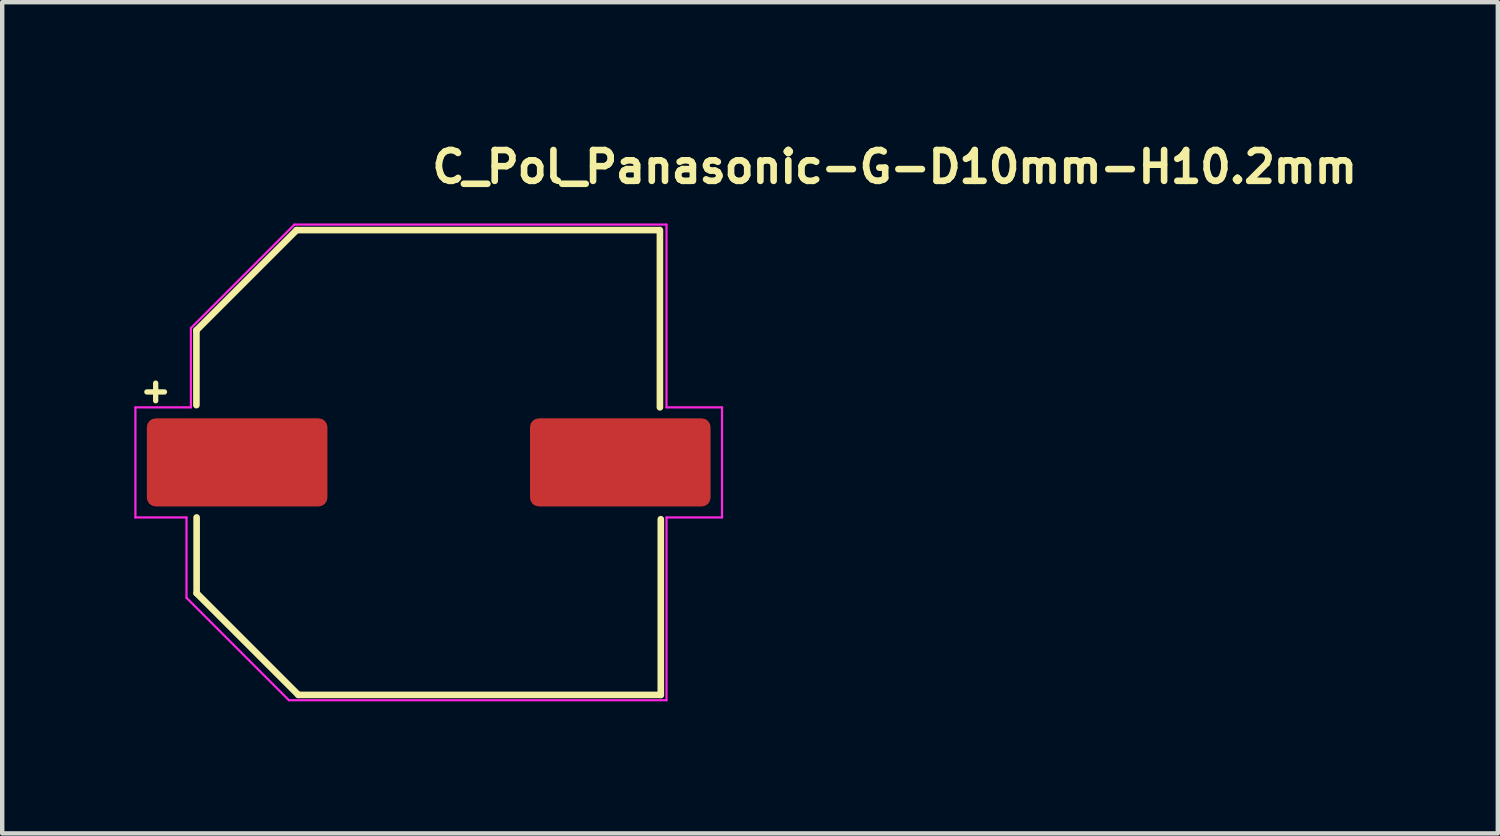
<source format=kicad_pcb>
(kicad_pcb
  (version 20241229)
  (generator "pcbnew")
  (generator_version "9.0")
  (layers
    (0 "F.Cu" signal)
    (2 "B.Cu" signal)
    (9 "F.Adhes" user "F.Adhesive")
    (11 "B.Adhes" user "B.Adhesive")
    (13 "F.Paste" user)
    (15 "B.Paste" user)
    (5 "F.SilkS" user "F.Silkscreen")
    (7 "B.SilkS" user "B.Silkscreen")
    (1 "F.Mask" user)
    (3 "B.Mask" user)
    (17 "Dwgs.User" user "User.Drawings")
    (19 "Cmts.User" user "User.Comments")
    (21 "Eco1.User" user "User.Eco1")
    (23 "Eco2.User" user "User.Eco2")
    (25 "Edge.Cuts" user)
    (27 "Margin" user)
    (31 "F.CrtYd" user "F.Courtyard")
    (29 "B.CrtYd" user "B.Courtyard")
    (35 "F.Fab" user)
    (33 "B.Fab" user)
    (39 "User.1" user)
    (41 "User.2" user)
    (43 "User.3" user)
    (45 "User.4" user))
  (footprint "C_Pol_Panasonic-G-D10mm-H10.2mm"
    (layer "F.Cu")
    (at 6.685 7.45)
    (property "Reference" "C_Pol_Panasonic-G-D10mm-H10.2mm" (at 0 -6.3 0) (layer "F.SilkS") (effects (font (size 0.7 0.7) (thickness 0.15)) (justify left bottom)))
    (attr smd)
    (fp_line (start -6.4 -1.6) (end -6 -1.6) (stroke (width 0.12) (type solid)) (layer "F.SilkS"))
    (fp_line (start -6.2 -1.8) (end -6.2 -1.4) (stroke (width 0.12) (type solid)) (layer "F.SilkS"))
    (fp_line (start -5.275 -3) (end -5.275 -1.3) (stroke (width 0.15) (type solid)) (layer "F.SilkS"))
    (fp_line (start -5.27 2.97) (end -5.27 1.25) (stroke (width 0.15) (type solid)) (layer "F.SilkS"))
    (fp_line (start -3 -5.275) (end -5.275 -3) (stroke (width 0.15) (type solid)) (layer "F.SilkS"))
    (fp_line (start -3 -5.275) (end 5.23 -5.275) (stroke (width 0.15) (type solid)) (layer "F.SilkS"))
    (fp_line (start -2.96 5.28) (end -5.27 2.97) (stroke (width 0.15) (type solid)) (layer "F.SilkS"))
    (fp_line (start 5.25 -1.25) (end 5.25 -5.275) (stroke (width 0.15) (type solid)) (layer "F.SilkS"))
    (fp_line (start 5.27 1.29) (end 5.27 5.28) (stroke (width 0.15) (type solid)) (layer "F.SilkS"))
    (fp_line (start 5.27 5.28) (end -2.96 5.28) (stroke (width 0.15) (type solid)) (layer "F.SilkS"))
    (fp_line (start -6.66 -1.25) (end -6.66 1.25) (stroke (width 0.05) (type solid)) (layer "F.CrtYd"))
    (fp_line (start -6.66 1.25) (end -5.5 1.25) (stroke (width 0.05) (type solid)) (layer "F.CrtYd"))
    (fp_line (start -5.5 1.25) (end -5.5 3.075) (stroke (width 0.05) (type solid)) (layer "F.CrtYd"))
    (fp_line (start -5.5 3.075) (end -3.175 5.4) (stroke (width 0.05) (type solid)) (layer "F.CrtYd"))
    (fp_line (start -5.4 -3.05) (end -5.4 -1.25) (stroke (width 0.05) (type solid)) (layer "F.CrtYd"))
    (fp_line (start -5.4 -3.05) (end -3.05 -5.4) (stroke (width 0.05) (type solid)) (layer "F.CrtYd"))
    (fp_line (start -5.4 -1.25) (end -6.66 -1.25) (stroke (width 0.05) (type solid)) (layer "F.CrtYd"))
    (fp_line (start -3.175 5.4) (end 5.4 5.4) (stroke (width 0.05) (type solid)) (layer "F.CrtYd"))
    (fp_line (start -3.05 -5.4) (end 5.4 -5.4) (stroke (width 0.05) (type solid)) (layer "F.CrtYd"))
    (fp_line (start 5.4 -5.4) (end 5.4 -1.25) (stroke (width 0.05) (type solid)) (layer "F.CrtYd"))
    (fp_line (start 5.4 1.25) (end 5.4 5.4) (stroke (width 0.05) (type solid)) (layer "F.CrtYd"))
    (fp_line (start 5.4 1.25) (end 6.66 1.25) (stroke (width 0.05) (type solid)) (layer "F.CrtYd"))
    (fp_line (start 6.66 -1.25) (end 5.4 -1.25) (stroke (width 0.05) (type solid)) (layer "F.CrtYd"))
    (fp_line (start 6.66 1.25) (end 6.66 -1.25) (stroke (width 0.05) (type solid)) (layer "F.CrtYd"))
    (fp_rect (start -5.849 -5.15) (end 5.849 5.15) (stroke (width 0.1) (type solid)) (fill no) (layer "User.5"))
    (fp_line (start -5.849 -0.45) (end -5.849 0.45) (stroke (width 0.02) (type solid)) (layer "User.9"))
    (fp_line (start -5.849 -0.45) (end -5.15 -0.45) (stroke (width 0.02) (type solid)) (layer "User.9"))
    (fp_line (start -5.15 -2.95) (end -2.95 -5.15) (stroke (width 0.02) (type solid)) (layer "User.9"))
    (fp_line (start -5.15 -1.5) (end -5.15 -2.95) (stroke (width 0.02) (type solid)) (layer "User.9"))
    (fp_line (start -5.15 0.45) (end -5.849 0.45) (stroke (width 0.02) (type solid)) (layer "User.9"))
    (fp_line (start -5.15 1.5) (end -5.15 -1.5) (stroke (width 0.02) (type solid)) (layer "User.9"))
    (fp_line (start -5.15 1.5) (end -4.874 1.5) (stroke (width 0.02) (type solid)) (layer "User.9"))
    (fp_line (start -5.15 2.95) (end -5.15 1.5) (stroke (width 0.02) (type solid)) (layer "User.9"))
    (fp_line (start -5 0.004) (end -4.984 0.4) (stroke (width 0.02) (type solid)) (layer "User.9"))
    (fp_line (start -4.984 -0.391) (end -5 0.004) (stroke (width 0.02) (type solid)) (layer "User.9"))
    (fp_line (start -4.984 0.4) (end -4.936 0.795) (stroke (width 0.02) (type solid)) (layer "User.9"))
    (fp_line (start -4.938 -0.784) (end -4.984 -0.391) (stroke (width 0.02) (type solid)) (layer "User.9"))
    (fp_line (start -4.936 0.795) (end -4.857 1.186) (stroke (width 0.02) (type solid)) (layer "User.9"))
    (fp_line (start -4.874 -1.5) (end -5.15 -1.5) (stroke (width 0.02) (type solid)) (layer "User.9"))
    (fp_line (start -4.874 1.5) (end -4.772 1.798) (stroke (width 0.02) (type solid)) (layer "User.9"))
    (fp_line (start -4.86 -1.173) (end -4.938 -0.784) (stroke (width 0.02) (type solid)) (layer "User.9"))
    (fp_line (start -4.857 1.186) (end -4.746 1.573) (stroke (width 0.02) (type solid)) (layer "User.9"))
    (fp_line (start -4.772 -1.798) (end -4.874 -1.5) (stroke (width 0.02) (type solid)) (layer "User.9"))
    (fp_line (start -4.772 1.798) (end -4.653 2.088) (stroke (width 0.02) (type solid)) (layer "User.9"))
    (fp_line (start -4.751 -1.556) (end -4.86 -1.173) (stroke (width 0.02) (type solid)) (layer "User.9"))
    (fp_line (start -4.746 1.573) (end -4.679 1.763) (stroke (width 0.02) (type solid)) (layer "User.9"))
    (fp_line (start -4.679 1.763) (end -4.603 1.951) (stroke (width 0.02) (type solid)) (layer "User.9"))
    (fp_line (start -4.653 -2.088) (end -4.772 -1.798) (stroke (width 0.02) (type solid)) (layer "User.9"))
    (fp_line (start -4.653 2.088) (end -4.516 2.368) (stroke (width 0.02) (type solid)) (layer "User.9"))
    (fp_line (start -4.612 -1.93) (end -4.751 -1.556) (stroke (width 0.02) (type solid)) (layer "User.9"))
    (fp_line (start -4.603 1.951) (end -4.52 2.137) (stroke (width 0.02) (type solid)) (layer "User.9"))
    (fp_line (start -4.52 2.137) (end -4.428 2.321) (stroke (width 0.02) (type solid)) (layer "User.9"))
    (fp_line (start -4.516 -2.368) (end -4.653 -2.088) (stroke (width 0.02) (type solid)) (layer "User.9"))
    (fp_line (start -4.516 2.368) (end -4.364 2.638) (stroke (width 0.02) (type solid)) (layer "User.9"))
    (fp_line (start -4.442 -2.294) (end -4.612 -1.93) (stroke (width 0.02) (type solid)) (layer "User.9"))
    (fp_line (start -4.428 2.321) (end -4.328 2.502) (stroke (width 0.02) (type solid)) (layer "User.9"))
    (fp_line (start -4.364 -2.638) (end -4.516 -2.368) (stroke (width 0.02) (type solid)) (layer "User.9"))
    (fp_line (start -4.364 2.638) (end -4.196 2.897) (stroke (width 0.02) (type solid)) (layer "User.9"))
    (fp_line (start -4.346 -2.472) (end -4.442 -2.294) (stroke (width 0.02) (type solid)) (layer "User.9"))
    (fp_line (start -4.328 2.502) (end -4.221 2.679) (stroke (width 0.02) (type solid)) (layer "User.9"))
    (fp_line (start -4.242 -2.646) (end -4.346 -2.472) (stroke (width 0.02) (type solid)) (layer "User.9"))
    (fp_line (start -4.221 2.679) (end -4.221 2.679) (stroke (width 0.02) (type solid)) (layer "User.9"))
    (fp_line (start -4.221 2.679) (end -4.106 2.852) (stroke (width 0.02) (type solid)) (layer "User.9"))
    (fp_line (start -4.196 -2.897) (end -4.364 -2.638) (stroke (width 0.02) (type solid)) (layer "User.9"))
    (fp_line (start -4.196 2.897) (end -4.014 3.146) (stroke (width 0.02) (type solid)) (layer "User.9"))
    (fp_line (start -4.13 -2.817) (end -4.242 -2.646) (stroke (width 0.02) (type solid)) (layer "User.9"))
    (fp_line (start -4.106 2.852) (end -3.985 3.019) (stroke (width 0.02) (type solid)) (layer "User.9"))
    (fp_line (start -4.014 -3.146) (end -4.196 -2.897) (stroke (width 0.02) (type solid)) (layer "User.9"))
    (fp_line (start -4.014 3.146) (end -3.816 3.382) (stroke (width 0.02) (type solid)) (layer "User.9"))
    (fp_line (start -4.011 -2.984) (end -4.13 -2.817) (stroke (width 0.02) (type solid)) (layer "User.9"))
    (fp_line (start -3.985 3.019) (end -3.858 3.18) (stroke (width 0.02) (type solid)) (layer "User.9"))
    (fp_line (start -3.885 -3.147) (end -4.011 -2.984) (stroke (width 0.02) (type solid)) (layer "User.9"))
    (fp_line (start -3.858 3.18) (end -3.725 3.335) (stroke (width 0.02) (type solid)) (layer "User.9"))
    (fp_line (start -3.816 -3.382) (end -4.014 -3.146) (stroke (width 0.02) (type solid)) (layer "User.9"))
    (fp_line (start -3.816 3.382) (end -3.606 3.606) (stroke (width 0.02) (type solid)) (layer "User.9"))
    (fp_line (start -3.751 -3.305) (end -3.885 -3.147) (stroke (width 0.02) (type solid)) (layer "User.9"))
    (fp_line (start -3.751 -3.305) (end -3.751 -3.305) (stroke (width 0.02) (type solid)) (layer "User.9"))
    (fp_line (start -3.725 3.335) (end -3.586 3.483) (stroke (width 0.02) (type solid)) (layer "User.9"))
    (fp_line (start -3.606 -3.606) (end -3.816 -3.382) (stroke (width 0.02) (type solid)) (layer "User.9"))
    (fp_line (start -3.606 3.606) (end -3.382 3.816) (stroke (width 0.02) (type solid)) (layer "User.9"))
    (fp_line (start -3.586 3.483) (end -3.443 3.625) (stroke (width 0.02) (type solid)) (layer "User.9"))
    (fp_line (start -3.465 -3.604) (end -3.751 -3.305) (stroke (width 0.02) (type solid)) (layer "User.9"))
    (fp_line (start -3.443 3.625) (end -3.294 3.761) (stroke (width 0.02) (type solid)) (layer "User.9"))
    (fp_line (start -3.382 -3.816) (end -3.606 -3.606) (stroke (width 0.02) (type solid)) (layer "User.9"))
    (fp_line (start -3.382 3.816) (end -3.146 4.014) (stroke (width 0.02) (type solid)) (layer "User.9"))
    (fp_line (start -3.294 3.761) (end -3.141 3.89) (stroke (width 0.02) (type solid)) (layer "User.9"))
    (fp_line (start -3.158 -3.876) (end -3.465 -3.604) (stroke (width 0.02) (type solid)) (layer "User.9"))
    (fp_line (start -3.146 -4.014) (end -3.382 -3.816) (stroke (width 0.02) (type solid)) (layer "User.9"))
    (fp_line (start -3.146 4.014) (end -2.897 4.196) (stroke (width 0.02) (type solid)) (layer "User.9"))
    (fp_line (start -3.141 3.89) (end -2.983 4.013) (stroke (width 0.02) (type solid)) (layer "User.9"))
    (fp_line (start -2.983 4.013) (end -2.82 4.128) (stroke (width 0.02) (type solid)) (layer "User.9"))
    (fp_line (start -2.95 -5.15) (end -1.5 -5.15) (stroke (width 0.02) (type solid)) (layer "User.9"))
    (fp_line (start -2.95 5.15) (end -5.15 2.95) (stroke (width 0.02) (type solid)) (layer "User.9"))
    (fp_line (start -2.897 -4.196) (end -3.146 -4.014) (stroke (width 0.02) (type solid)) (layer "User.9"))
    (fp_line (start -2.897 4.196) (end -2.638 4.364) (stroke (width 0.02) (type solid)) (layer "User.9"))
    (fp_line (start -2.835 -4.118) (end -3.158 -3.876) (stroke (width 0.02) (type solid)) (layer "User.9"))
    (fp_line (start -2.82 4.128) (end -2.653 4.237) (stroke (width 0.02) (type solid)) (layer "User.9"))
    (fp_line (start -2.653 4.237) (end -2.483 4.339) (stroke (width 0.02) (type solid)) (layer "User.9"))
    (fp_line (start -2.638 -4.364) (end -2.897 -4.196) (stroke (width 0.02) (type solid)) (layer "User.9"))
    (fp_line (start -2.638 4.364) (end -2.368 4.516) (stroke (width 0.02) (type solid)) (layer "User.9"))
    (fp_line (start -2.495 -4.333) (end -2.835 -4.118) (stroke (width 0.02) (type solid)) (layer "User.9"))
    (fp_line (start -2.483 4.339) (end -2.309 4.434) (stroke (width 0.02) (type solid)) (layer "User.9"))
    (fp_line (start -2.368 -4.516) (end -2.638 -4.364) (stroke (width 0.02) (type solid)) (layer "User.9"))
    (fp_line (start -2.368 4.516) (end -2.088 4.653) (stroke (width 0.02) (type solid)) (layer "User.9"))
    (fp_line (start -2.309 4.434) (end -2.131 4.522) (stroke (width 0.02) (type solid)) (layer "User.9"))
    (fp_line (start -2.141 -4.518) (end -2.495 -4.333) (stroke (width 0.02) (type solid)) (layer "User.9"))
    (fp_line (start -2.131 4.522) (end -1.95 4.603) (stroke (width 0.02) (type solid)) (layer "User.9"))
    (fp_line (start -2.088 -4.653) (end -2.368 -4.516) (stroke (width 0.02) (type solid)) (layer "User.9"))
    (fp_line (start -2.088 4.653) (end -1.798 4.772) (stroke (width 0.02) (type solid)) (layer "User.9"))
    (fp_line (start -1.95 4.603) (end -1.766 4.677) (stroke (width 0.02) (type solid)) (layer "User.9"))
    (fp_line (start -1.798 -4.772) (end -2.088 -4.653) (stroke (width 0.02) (type solid)) (layer "User.9"))
    (fp_line (start -1.798 4.772) (end -1.5 4.874) (stroke (width 0.02) (type solid)) (layer "User.9"))
    (fp_line (start -1.775 -4.674) (end -2.141 -4.518) (stroke (width 0.02) (type solid)) (layer "User.9"))
    (fp_line (start -1.766 4.677) (end -1.58 4.743) (stroke (width 0.02) (type solid)) (layer "User.9"))
    (fp_line (start -1.58 4.743) (end -1.391 4.802) (stroke (width 0.02) (type solid)) (layer "User.9"))
    (fp_line (start -1.5 -5.15) (end -1.5 -4.874) (stroke (width 0.02) (type solid)) (layer "User.9"))
    (fp_line (start -1.5 -5.15) (end 1.5 -5.15) (stroke (width 0.02) (type solid)) (layer "User.9"))
    (fp_line (start -1.5 -4.874) (end -1.798 -4.772) (stroke (width 0.02) (type solid)) (layer "User.9"))
    (fp_line (start -1.5 4.874) (end -1.5 5.15) (stroke (width 0.02) (type solid)) (layer "User.9"))
    (fp_line (start -1.5 5.15) (end -2.95 5.15) (stroke (width 0.02) (type solid)) (layer "User.9"))
    (fp_line (start -1.399 -4.8) (end -1.775 -4.674) (stroke (width 0.02) (type solid)) (layer "User.9"))
    (fp_line (start -1.391 4.802) (end -1.199 4.854) (stroke (width 0.02) (type solid)) (layer "User.9"))
    (fp_line (start -1.199 4.854) (end -1.006 4.897) (stroke (width 0.02) (type solid)) (layer "User.9"))
    (fp_line (start -1.015 -4.895) (end -1.399 -4.8) (stroke (width 0.02) (type solid)) (layer "User.9"))
    (fp_line (start -1.006 4.897) (end -0.81 4.934) (stroke (width 0.02) (type solid)) (layer "User.9"))
    (fp_line (start -0.81 4.934) (end -0.613 4.962) (stroke (width 0.02) (type solid)) (layer "User.9"))
    (fp_line (start -0.624 -4.96) (end -1.015 -4.895) (stroke (width 0.02) (type solid)) (layer "User.9"))
    (fp_line (start -0.613 4.962) (end -0.415 4.983) (stroke (width 0.02) (type solid)) (layer "User.9"))
    (fp_line (start -0.415 4.983) (end -0.215 4.995) (stroke (width 0.02) (type solid)) (layer "User.9"))
    (fp_line (start -0.229 -4.994) (end -0.624 -4.96) (stroke (width 0.02) (type solid)) (layer "User.9"))
    (fp_line (start -0.215 4.995) (end -0.015 5) (stroke (width 0.02) (type solid)) (layer "User.9"))
    (fp_line (start -0.015 5) (end 0.186 4.996) (stroke (width 0.02) (type solid)) (layer "User.9"))
    (fp_line (start 0.168 -4.997) (end -0.229 -4.994) (stroke (width 0.02) (type solid)) (layer "User.9"))
    (fp_line (start 0.186 4.996) (end 0.387 4.985) (stroke (width 0.02) (type solid)) (layer "User.9"))
    (fp_line (start 0.387 4.985) (end 0.589 4.965) (stroke (width 0.02) (type solid)) (layer "User.9"))
    (fp_line (start 0.566 -4.968) (end 0.168 -4.997) (stroke (width 0.02) (type solid)) (layer "User.9"))
    (fp_line (start 0.589 4.965) (end 0.791 4.937) (stroke (width 0.02) (type solid)) (layer "User.9"))
    (fp_line (start 0.791 4.937) (end 0.993 4.9) (stroke (width 0.02) (type solid)) (layer "User.9"))
    (fp_line (start 0.963 -4.906) (end 0.566 -4.968) (stroke (width 0.02) (type solid)) (layer "User.9"))
    (fp_line (start 0.993 4.9) (end 1.194 4.855) (stroke (width 0.02) (type solid)) (layer "User.9"))
    (fp_line (start 1.194 4.855) (end 1.395 4.801) (stroke (width 0.02) (type solid)) (layer "User.9"))
    (fp_line (start 1.357 -4.812) (end 0.963 -4.906) (stroke (width 0.02) (type solid)) (layer "User.9"))
    (fp_line (start 1.395 4.801) (end 1.395 4.801) (stroke (width 0.02) (type solid)) (layer "User.9"))
    (fp_line (start 1.395 4.801) (end 1.593 4.739) (stroke (width 0.02) (type solid)) (layer "User.9"))
    (fp_line (start 1.5 -5.15) (end 1.5 -4.874) (stroke (width 0.02) (type solid)) (layer "User.9"))
    (fp_line (start 1.5 -4.874) (end 1.798 -4.772) (stroke (width 0.02) (type solid)) (layer "User.9"))
    (fp_line (start 1.5 4.874) (end 1.5 5.15) (stroke (width 0.02) (type solid)) (layer "User.9"))
    (fp_line (start 1.5 5.15) (end -1.5 5.15) (stroke (width 0.02) (type solid)) (layer "User.9"))
    (fp_line (start 1.5 5.15) (end 4.15 5.15) (stroke (width 0.02) (type solid)) (layer "User.9"))
    (fp_line (start 1.593 4.739) (end 1.787 4.669) (stroke (width 0.02) (type solid)) (layer "User.9"))
    (fp_line (start 1.746 -4.685) (end 1.357 -4.812) (stroke (width 0.02) (type solid)) (layer "User.9"))
    (fp_line (start 1.787 4.669) (end 1.977 4.592) (stroke (width 0.02) (type solid)) (layer "User.9"))
    (fp_line (start 1.798 -4.772) (end 2.088 -4.653) (stroke (width 0.02) (type solid)) (layer "User.9"))
    (fp_line (start 1.798 4.772) (end 1.499 4.874) (stroke (width 0.02) (type solid)) (layer "User.9"))
    (fp_line (start 1.977 4.592) (end 2.163 4.508) (stroke (width 0.02) (type solid)) (layer "User.9"))
    (fp_line (start 2 -4.253) (end 2 4.253) (stroke (width 0.02) (type solid)) (layer "User.9"))
    (fp_line (start 2 4.253) (end 2.152 4.178) (stroke (width 0.02) (type solid)) (layer "User.9"))
    (fp_line (start 2.088 -4.653) (end 2.368 -4.516) (stroke (width 0.02) (type solid)) (layer "User.9"))
    (fp_line (start 2.088 4.653) (end 1.798 4.772) (stroke (width 0.02) (type solid)) (layer "User.9"))
    (fp_line (start 2.127 -4.524) (end 1.746 -4.685) (stroke (width 0.02) (type solid)) (layer "User.9"))
    (fp_line (start 2.152 4.178) (end 2.301 4.097) (stroke (width 0.02) (type solid)) (layer "User.9"))
    (fp_line (start 2.163 4.508) (end 2.344 4.416) (stroke (width 0.02) (type solid)) (layer "User.9"))
    (fp_line (start 2.301 -4.097) (end 2 -4.253) (stroke (width 0.02) (type solid)) (layer "User.9"))
    (fp_line (start 2.301 4.097) (end 2.447 4.012) (stroke (width 0.02) (type solid)) (layer "User.9"))
    (fp_line (start 2.344 4.416) (end 2.521 4.318) (stroke (width 0.02) (type solid)) (layer "User.9"))
    (fp_line (start 2.368 -4.516) (end 2.638 -4.364) (stroke (width 0.02) (type solid)) (layer "User.9"))
    (fp_line (start 2.368 4.516) (end 2.088 4.653) (stroke (width 0.02) (type solid)) (layer "User.9"))
    (fp_line (start 2.447 4.012) (end 2.589 3.922) (stroke (width 0.02) (type solid)) (layer "User.9"))
    (fp_line (start 2.448 -4.359) (end 2.127 -4.524) (stroke (width 0.02) (type solid)) (layer "User.9"))
    (fp_line (start 2.521 4.318) (end 2.692 4.213) (stroke (width 0.02) (type solid)) (layer "User.9"))
    (fp_line (start 2.589 -3.922) (end 2.301 -4.097) (stroke (width 0.02) (type solid)) (layer "User.9"))
    (fp_line (start 2.589 3.922) (end 2.727 3.828) (stroke (width 0.02) (type solid)) (layer "User.9"))
    (fp_line (start 2.638 -4.364) (end 2.897 -4.196) (stroke (width 0.02) (type solid)) (layer "User.9"))
    (fp_line (start 2.638 4.364) (end 2.368 4.516) (stroke (width 0.02) (type solid)) (layer "User.9"))
    (fp_line (start 2.692 4.213) (end 2.859 4.102) (stroke (width 0.02) (type solid)) (layer "User.9"))
    (fp_line (start 2.727 3.828) (end 2.861 3.729) (stroke (width 0.02) (type solid)) (layer "User.9"))
    (fp_line (start 2.754 -4.173) (end 2.448 -4.359) (stroke (width 0.02) (type solid)) (layer "User.9"))
    (fp_line (start 2.859 4.102) (end 3.021 3.984) (stroke (width 0.02) (type solid)) (layer "User.9"))
    (fp_line (start 2.861 -3.729) (end 2.589 -3.922) (stroke (width 0.02) (type solid)) (layer "User.9"))
    (fp_line (start 2.861 3.729) (end 2.991 3.625) (stroke (width 0.02) (type solid)) (layer "User.9"))
    (fp_line (start 2.897 -4.196) (end 3.146 -4.014) (stroke (width 0.02) (type solid)) (layer "User.9"))
    (fp_line (start 2.897 4.196) (end 2.638 4.364) (stroke (width 0.02) (type solid)) (layer "User.9"))
    (fp_line (start 2.991 3.625) (end 3.117 3.517) (stroke (width 0.02) (type solid)) (layer "User.9"))
    (fp_line (start 3.021 3.984) (end 3.177 3.86) (stroke (width 0.02) (type solid)) (layer "User.9"))
    (fp_line (start 3.043 -3.967) (end 2.754 -4.173) (stroke (width 0.02) (type solid)) (layer "User.9"))
    (fp_line (start 3.117 -3.517) (end 2.861 -3.729) (stroke (width 0.02) (type solid)) (layer "User.9"))
    (fp_line (start 3.117 3.517) (end 3.238 3.405) (stroke (width 0.02) (type solid)) (layer "User.9"))
    (fp_line (start 3.146 -4.014) (end 3.382 -3.816) (stroke (width 0.02) (type solid)) (layer "User.9"))
    (fp_line (start 3.146 4.014) (end 2.897 4.196) (stroke (width 0.02) (type solid)) (layer "User.9"))
    (fp_line (start 3.177 3.86) (end 3.328 3.731) (stroke (width 0.02) (type solid)) (layer "User.9"))
    (fp_line (start 3.238 3.405) (end 3.356 3.29) (stroke (width 0.02) (type solid)) (layer "User.9"))
    (fp_line (start 3.316 -3.742) (end 3.043 -3.967) (stroke (width 0.02) (type solid)) (layer "User.9"))
    (fp_line (start 3.328 3.731) (end 3.474 3.595) (stroke (width 0.02) (type solid)) (layer "User.9"))
    (fp_line (start 3.356 -3.29) (end 3.117 -3.517) (stroke (width 0.02) (type solid)) (layer "User.9"))
    (fp_line (start 3.356 3.29) (end 3.469 3.17) (stroke (width 0.02) (type solid)) (layer "User.9"))
    (fp_line (start 3.382 -3.816) (end 3.606 -3.606) (stroke (width 0.02) (type solid)) (layer "User.9"))
    (fp_line (start 3.382 3.816) (end 3.146 4.014) (stroke (width 0.02) (type solid)) (layer "User.9"))
    (fp_line (start 3.469 3.17) (end 3.578 3.047) (stroke (width 0.02) (type solid)) (layer "User.9"))
    (fp_line (start 3.474 3.595) (end 3.614 3.455) (stroke (width 0.02) (type solid)) (layer "User.9"))
    (fp_line (start 3.57 -3.5) (end 3.316 -3.742) (stroke (width 0.02) (type solid)) (layer "User.9"))
    (fp_line (start 3.578 -3.047) (end 3.356 -3.29) (stroke (width 0.02) (type solid)) (layer "User.9"))
    (fp_line (start 3.578 3.047) (end 3.682 2.92) (stroke (width 0.02) (type solid)) (layer "User.9"))
    (fp_line (start 3.606 -3.606) (end 3.816 -3.382) (stroke (width 0.02) (type solid)) (layer "User.9"))
    (fp_line (start 3.606 3.606) (end 3.382 3.816) (stroke (width 0.02) (type solid)) (layer "User.9"))
    (fp_line (start 3.614 3.455) (end 3.748 3.309) (stroke (width 0.02) (type solid)) (layer "User.9"))
    (fp_line (start 3.682 2.92) (end 3.782 2.789) (stroke (width 0.02) (type solid)) (layer "User.9"))
    (fp_line (start 3.748 3.309) (end 3.876 3.157) (stroke (width 0.02) (type solid)) (layer "User.9"))
    (fp_line (start 3.782 -2.789) (end 3.578 -3.047) (stroke (width 0.02) (type solid)) (layer "User.9"))
    (fp_line (start 3.782 2.789) (end 3.877 2.655) (stroke (width 0.02) (type solid)) (layer "User.9"))
    (fp_line (start 3.806 -3.241) (end 3.57 -3.5) (stroke (width 0.02) (type solid)) (layer "User.9"))
    (fp_line (start 3.816 -3.382) (end 4.014 -3.146) (stroke (width 0.02) (type solid)) (layer "User.9"))
    (fp_line (start 3.816 3.382) (end 3.606 3.606) (stroke (width 0.02) (type solid)) (layer "User.9"))
    (fp_line (start 3.876 3.157) (end 3.998 3.001) (stroke (width 0.02) (type solid)) (layer "User.9"))
    (fp_line (start 3.877 2.655) (end 3.967 2.518) (stroke (width 0.02) (type solid)) (layer "User.9"))
    (fp_line (start 3.967 -2.518) (end 3.782 -2.789) (stroke (width 0.02) (type solid)) (layer "User.9"))
    (fp_line (start 3.967 2.518) (end 4.053 2.378) (stroke (width 0.02) (type solid)) (layer "User.9"))
    (fp_line (start 3.998 3.001) (end 4.114 2.841) (stroke (width 0.02) (type solid)) (layer "User.9"))
    (fp_line (start 4.014 -3.146) (end 4.196 -2.897) (stroke (width 0.02) (type solid)) (layer "User.9"))
    (fp_line (start 4.014 3.146) (end 3.816 3.382) (stroke (width 0.02) (type solid)) (layer "User.9"))
    (fp_line (start 4.024 -2.967) (end 3.806 -3.241) (stroke (width 0.02) (type solid)) (layer "User.9"))
    (fp_line (start 4.053 2.378) (end 4.134 2.235) (stroke (width 0.02) (type solid)) (layer "User.9"))
    (fp_line (start 4.114 2.841) (end 4.223 2.676) (stroke (width 0.02) (type solid)) (layer "User.9"))
    (fp_line (start 4.134 -2.235) (end 3.967 -2.518) (stroke (width 0.02) (type solid)) (layer "User.9"))
    (fp_line (start 4.134 2.235) (end 4.209 2.09) (stroke (width 0.02) (type solid)) (layer "User.9"))
    (fp_line (start 4.15 -5.15) (end 1.5 -5.15) (stroke (width 0.02) (type solid)) (layer "User.9"))
    (fp_line (start 4.15 -5.15) (end 4.199 -5.148) (stroke (width 0.02) (type solid)) (layer "User.9"))
    (fp_line (start 4.196 -2.897) (end 4.364 -2.638) (stroke (width 0.02) (type solid)) (layer "User.9"))
    (fp_line (start 4.196 2.897) (end 4.014 3.146) (stroke (width 0.02) (type solid)) (layer "User.9"))
    (fp_line (start 4.199 -5.148) (end 4.248 -5.145) (stroke (width 0.02) (type solid)) (layer "User.9"))
    (fp_line (start 4.199 5.148) (end 4.15 5.15) (stroke (width 0.02) (type solid)) (layer "User.9"))
    (fp_line (start 4.209 2.09) (end 4.28 1.941) (stroke (width 0.02) (type solid)) (layer "User.9"))
    (fp_line (start 4.221 -2.679) (end 4.024 -2.967) (stroke (width 0.02) (type solid)) (layer "User.9"))
    (fp_line (start 4.223 2.676) (end 4.326 2.506) (stroke (width 0.02) (type solid)) (layer "User.9"))
    (fp_line (start 4.248 -5.145) (end 4.297 -5.139) (stroke (width 0.02) (type solid)) (layer "User.9"))
    (fp_line (start 4.248 5.145) (end 4.199 5.148) (stroke (width 0.02) (type solid)) (layer "User.9"))
    (fp_line (start 4.28 -1.941) (end 4.134 -2.235) (stroke (width 0.02) (type solid)) (layer "User.9"))
    (fp_line (start 4.28 1.941) (end 4.345 1.79) (stroke (width 0.02) (type solid)) (layer "User.9"))
    (fp_line (start 4.297 -5.139) (end 4.346 -5.13) (stroke (width 0.02) (type solid)) (layer "User.9"))
    (fp_line (start 4.297 5.139) (end 4.248 5.145) (stroke (width 0.02) (type solid)) (layer "User.9"))
    (fp_line (start 4.326 2.506) (end 4.422 2.332) (stroke (width 0.02) (type solid)) (layer "User.9"))
    (fp_line (start 4.345 1.79) (end 4.405 1.637) (stroke (width 0.02) (type solid)) (layer "User.9"))
    (fp_line (start 4.346 -5.13) (end 4.393 -5.119) (stroke (width 0.02) (type solid)) (layer "User.9"))
    (fp_line (start 4.346 5.13) (end 4.297 5.139) (stroke (width 0.02) (type solid)) (layer "User.9"))
    (fp_line (start 4.364 -2.638) (end 4.516 -2.368) (stroke (width 0.02) (type solid)) (layer "User.9"))
    (fp_line (start 4.364 2.638) (end 4.196 2.897) (stroke (width 0.02) (type solid)) (layer "User.9"))
    (fp_line (start 4.393 -5.119) (end 4.44 -5.106) (stroke (width 0.02) (type solid)) (layer "User.9"))
    (fp_line (start 4.393 5.119) (end 4.346 5.13) (stroke (width 0.02) (type solid)) (layer "User.9"))
    (fp_line (start 4.397 -2.378) (end 4.221 -2.679) (stroke (width 0.02) (type solid)) (layer "User.9"))
    (fp_line (start 4.405 -1.637) (end 4.28 -1.941) (stroke (width 0.02) (type solid)) (layer "User.9"))
    (fp_line (start 4.405 1.637) (end 4.46 1.481) (stroke (width 0.02) (type solid)) (layer "User.9"))
    (fp_line (start 4.422 2.332) (end 4.511 2.155) (stroke (width 0.02) (type solid)) (layer "User.9"))
    (fp_line (start 4.44 -5.106) (end 4.487 -5.091) (stroke (width 0.02) (type solid)) (layer "User.9"))
    (fp_line (start 4.44 5.106) (end 4.393 5.119) (stroke (width 0.02) (type solid)) (layer "User.9"))
    (fp_line (start 4.46 1.481) (end 4.509 1.323) (stroke (width 0.02) (type solid)) (layer "User.9"))
    (fp_line (start 4.487 -5.091) (end 4.532 -5.073) (stroke (width 0.02) (type solid)) (layer "User.9"))
    (fp_line (start 4.487 5.091) (end 4.44 5.106) (stroke (width 0.02) (type solid)) (layer "User.9"))
    (fp_line (start 4.509 -1.323) (end 4.405 -1.637) (stroke (width 0.02) (type solid)) (layer "User.9"))
    (fp_line (start 4.509 1.323) (end 4.553 1.164) (stroke (width 0.02) (type solid)) (layer "User.9"))
    (fp_line (start 4.511 2.155) (end 4.594 1.974) (stroke (width 0.02) (type solid)) (layer "User.9"))
    (fp_line (start 4.516 -2.368) (end 4.653 -2.088) (stroke (width 0.02) (type solid)) (layer "User.9"))
    (fp_line (start 4.516 2.368) (end 4.364 2.638) (stroke (width 0.02) (type solid)) (layer "User.9"))
    (fp_line (start 4.532 -5.073) (end 4.577 -5.054) (stroke (width 0.02) (type solid)) (layer "User.9"))
    (fp_line (start 4.532 5.073) (end 4.487 5.091) (stroke (width 0.02) (type solid)) (layer "User.9"))
    (fp_line (start 4.553 -2.065) (end 4.397 -2.378) (stroke (width 0.02) (type solid)) (layer "User.9"))
    (fp_line (start 4.553 1.164) (end 4.592 1.002) (stroke (width 0.02) (type solid)) (layer "User.9"))
    (fp_line (start 4.577 -5.054) (end 4.62 -5.032) (stroke (width 0.02) (type solid)) (layer "User.9"))
    (fp_line (start 4.577 5.054) (end 4.532 5.073) (stroke (width 0.02) (type solid)) (layer "User.9"))
    (fp_line (start 4.592 -1.002) (end 4.509 -1.323) (stroke (width 0.02) (type solid)) (layer "User.9"))
    (fp_line (start 4.592 1.002) (end 4.624 0.838) (stroke (width 0.02) (type solid)) (layer "User.9"))
    (fp_line (start 4.594 1.974) (end 4.669 1.789) (stroke (width 0.02) (type solid)) (layer "User.9"))
    (fp_line (start 4.62 -5.032) (end 4.663 -5.008) (stroke (width 0.02) (type solid)) (layer "User.9"))
    (fp_line (start 4.62 5.032) (end 4.577 5.054) (stroke (width 0.02) (type solid)) (layer "User.9"))
    (fp_line (start 4.624 0.838) (end 4.651 0.673) (stroke (width 0.02) (type solid)) (layer "User.9"))
    (fp_line (start 4.651 -0.673) (end 4.592 -1.002) (stroke (width 0.02) (type solid)) (layer "User.9"))
    (fp_line (start 4.651 0.673) (end 4.672 0.507) (stroke (width 0.02) (type solid)) (layer "User.9"))
    (fp_line (start 4.653 -2.088) (end 4.772 -1.798) (stroke (width 0.02) (type solid)) (layer "User.9"))
    (fp_line (start 4.653 2.088) (end 4.516 2.368) (stroke (width 0.02) (type solid)) (layer "User.9"))
    (fp_line (start 4.663 -5.008) (end 4.704 -4.981) (stroke (width 0.02) (type solid)) (layer "User.9"))
    (fp_line (start 4.663 5.008) (end 4.62 5.032) (stroke (width 0.02) (type solid)) (layer "User.9"))
    (fp_line (start 4.669 1.789) (end 4.737 1.601) (stroke (width 0.02) (type solid)) (layer "User.9"))
    (fp_line (start 4.672 0.507) (end 4.687 0.339) (stroke (width 0.02) (type solid)) (layer "User.9"))
    (fp_line (start 4.686 -1.741) (end 4.553 -2.065) (stroke (width 0.02) (type solid)) (layer "User.9"))
    (fp_line (start 4.687 -0.339) (end 4.651 -0.673) (stroke (width 0.02) (type solid)) (layer "User.9"))
    (fp_line (start 4.687 0.339) (end 4.696 0.17) (stroke (width 0.02) (type solid)) (layer "User.9"))
    (fp_line (start 4.696 0.17) (end 4.699 0) (stroke (width 0.02) (type solid)) (layer "User.9"))
    (fp_line (start 4.699 0) (end 4.687 -0.339) (stroke (width 0.02) (type solid)) (layer "User.9"))
    (fp_line (start 4.699 0) (end 4.699 0) (stroke (width 0.02) (type solid)) (layer "User.9"))
    (fp_line (start 4.704 -4.981) (end 4.744 -4.953) (stroke (width 0.02) (type solid)) (layer "User.9"))
    (fp_line (start 4.704 4.981) (end 4.663 5.008) (stroke (width 0.02) (type solid)) (layer "User.9"))
    (fp_line (start 4.737 1.601) (end 4.797 1.409) (stroke (width 0.02) (type solid)) (layer "User.9"))
    (fp_line (start 4.744 -4.953) (end 4.783 -4.923) (stroke (width 0.02) (type solid)) (layer "User.9"))
    (fp_line (start 4.744 4.953) (end 4.704 4.981) (stroke (width 0.02) (type solid)) (layer "User.9"))
    (fp_line (start 4.772 -1.798) (end 4.874 -1.5) (stroke (width 0.02) (type solid)) (layer "User.9"))
    (fp_line (start 4.772 1.798) (end 4.653 2.088) (stroke (width 0.02) (type solid)) (layer "User.9"))
    (fp_line (start 4.783 -4.923) (end 4.821 -4.891) (stroke (width 0.02) (type solid)) (layer "User.9"))
    (fp_line (start 4.783 4.923) (end 4.744 4.953) (stroke (width 0.02) (type solid)) (layer "User.9"))
    (fp_line (start 4.797 -1.408) (end 4.686 -1.741) (stroke (width 0.02) (type solid)) (layer "User.9"))
    (fp_line (start 4.797 1.409) (end 4.85 1.215) (stroke (width 0.02) (type solid)) (layer "User.9"))
    (fp_line (start 4.821 -4.891) (end 4.857 -4.857) (stroke (width 0.02) (type solid)) (layer "User.9"))
    (fp_line (start 4.821 4.891) (end 4.783 4.923) (stroke (width 0.02) (type solid)) (layer "User.9"))
    (fp_line (start 4.85 1.215) (end 4.895 1.018) (stroke (width 0.02) (type solid)) (layer "User.9"))
    (fp_line (start 4.857 -4.857) (end 4.857 -4.857) (stroke (width 0.02) (type solid)) (layer "User.9"))
    (fp_line (start 4.857 -4.857) (end 4.891 -4.821) (stroke (width 0.02) (type solid)) (layer "User.9"))
    (fp_line (start 4.857 4.857) (end 4.821 4.891) (stroke (width 0.02) (type solid)) (layer "User.9"))
    (fp_line (start 4.857 4.857) (end 4.857 4.857) (stroke (width 0.02) (type solid)) (layer "User.9"))
    (fp_line (start 4.874 -1.5) (end 5.15 -1.5) (stroke (width 0.02) (type solid)) (layer "User.9"))
    (fp_line (start 4.874 1.5) (end 4.772 1.798) (stroke (width 0.02) (type solid)) (layer "User.9"))
    (fp_line (start 4.885 -1.066) (end 4.797 -1.408) (stroke (width 0.02) (type solid)) (layer "User.9"))
    (fp_line (start 4.891 -4.821) (end 4.923 -4.783) (stroke (width 0.02) (type solid)) (layer "User.9"))
    (fp_line (start 4.891 4.821) (end 4.857 4.857) (stroke (width 0.02) (type solid)) (layer "User.9"))
    (fp_line (start 4.895 1.018) (end 4.932 0.819) (stroke (width 0.02) (type solid)) (layer "User.9"))
    (fp_line (start 4.923 -4.783) (end 4.953 -4.744) (stroke (width 0.02) (type solid)) (layer "User.9"))
    (fp_line (start 4.923 4.783) (end 4.891 4.821) (stroke (width 0.02) (type solid)) (layer "User.9"))
    (fp_line (start 4.932 0.819) (end 4.961 0.617) (stroke (width 0.02) (type solid)) (layer "User.9"))
    (fp_line (start 4.948 -0.716) (end 4.885 -1.066) (stroke (width 0.02) (type solid)) (layer "User.9"))
    (fp_line (start 4.953 -4.744) (end 4.981 -4.704) (stroke (width 0.02) (type solid)) (layer "User.9"))
    (fp_line (start 4.953 4.744) (end 4.923 4.783) (stroke (width 0.02) (type solid)) (layer "User.9"))
    (fp_line (start 4.961 0.617) (end 4.982 0.413) (stroke (width 0.02) (type solid)) (layer "User.9"))
    (fp_line (start 4.981 -4.704) (end 5.008 -4.663) (stroke (width 0.02) (type solid)) (layer "User.9"))
    (fp_line (start 4.981 4.704) (end 4.953 4.744) (stroke (width 0.02) (type solid)) (layer "User.9"))
    (fp_line (start 4.982 0.413) (end 4.995 0.207) (stroke (width 0.02) (type solid)) (layer "User.9"))
    (fp_line (start 4.987 -0.361) (end 4.948 -0.716) (stroke (width 0.02) (type solid)) (layer "User.9"))
    (fp_line (start 4.995 0.207) (end 5 0) (stroke (width 0.02) (type solid)) (layer "User.9"))
    (fp_line (start 5 0) (end 4.987 -0.361) (stroke (width 0.02) (type solid)) (layer "User.9"))
    (fp_line (start 5.008 -4.663) (end 5.032 -4.62) (stroke (width 0.02) (type solid)) (layer "User.9"))
    (fp_line (start 5.008 4.663) (end 4.981 4.704) (stroke (width 0.02) (type solid)) (layer "User.9"))
    (fp_line (start 5.032 -4.62) (end 5.054 -4.577) (stroke (width 0.02) (type solid)) (layer "User.9"))
    (fp_line (start 5.032 4.62) (end 5.008 4.663) (stroke (width 0.02) (type solid)) (layer "User.9"))
    (fp_line (start 5.054 -4.577) (end 5.073 -4.532) (stroke (width 0.02) (type solid)) (layer "User.9"))
    (fp_line (start 5.054 4.577) (end 5.032 4.62) (stroke (width 0.02) (type solid)) (layer "User.9"))
    (fp_line (start 5.073 -4.532) (end 5.091 -4.487) (stroke (width 0.02) (type solid)) (layer "User.9"))
    (fp_line (start 5.073 4.532) (end 5.054 4.577) (stroke (width 0.02) (type solid)) (layer "User.9"))
    (fp_line (start 5.091 -4.487) (end 5.106 -4.44) (stroke (width 0.02) (type solid)) (layer "User.9"))
    (fp_line (start 5.091 4.487) (end 5.073 4.532) (stroke (width 0.02) (type solid)) (layer "User.9"))
    (fp_line (start 5.106 -4.44) (end 5.119 -4.393) (stroke (width 0.02) (type solid)) (layer "User.9"))
    (fp_line (start 5.106 4.44) (end 5.091 4.487) (stroke (width 0.02) (type solid)) (layer "User.9"))
    (fp_line (start 5.119 -4.393) (end 5.13 -4.346) (stroke (width 0.02) (type solid)) (layer "User.9"))
    (fp_line (start 5.119 4.393) (end 5.106 4.44) (stroke (width 0.02) (type solid)) (layer "User.9"))
    (fp_line (start 5.13 -4.346) (end 5.139 -4.297) (stroke (width 0.02) (type solid)) (layer "User.9"))
    (fp_line (start 5.13 4.346) (end 5.119 4.393) (stroke (width 0.02) (type solid)) (layer "User.9"))
    (fp_line (start 5.139 -4.297) (end 5.145 -4.248) (stroke (width 0.02) (type solid)) (layer "User.9"))
    (fp_line (start 5.139 4.297) (end 5.13 4.346) (stroke (width 0.02) (type solid)) (layer "User.9"))
    (fp_line (start 5.145 -4.248) (end 5.148 -4.199) (stroke (width 0.02) (type solid)) (layer "User.9"))
    (fp_line (start 5.145 4.248) (end 5.139 4.297) (stroke (width 0.02) (type solid)) (layer "User.9"))
    (fp_line (start 5.148 -4.199) (end 5.15 -4.15) (stroke (width 0.02) (type solid)) (layer "User.9"))
    (fp_line (start 5.148 4.199) (end 5.145 4.248) (stroke (width 0.02) (type solid)) (layer "User.9"))
    (fp_line (start 5.15 -1.5) (end 5.15 -4.15) (stroke (width 0.02) (type solid)) (layer "User.9"))
    (fp_line (start 5.15 -1.5) (end 5.15 1.5) (stroke (width 0.02) (type solid)) (layer "User.9"))
    (fp_line (start 5.15 -0.45) (end 5.849 -0.45) (stroke (width 0.02) (type solid)) (layer "User.9"))
    (fp_line (start 5.15 1.5) (end 4.874 1.5) (stroke (width 0.02) (type solid)) (layer "User.9"))
    (fp_line (start 5.15 4.15) (end 5.148 4.199) (stroke (width 0.02) (type solid)) (layer "User.9"))
    (fp_line (start 5.15 4.15) (end 5.15 1.5) (stroke (width 0.02) (type solid)) (layer "User.9"))
    (fp_line (start 5.849 0.45) (end 5.15 0.45) (stroke (width 0.02) (type solid)) (layer "User.9"))
    (fp_line (start 5.849 0.45) (end 5.849 -0.45) (stroke (width 0.02) (type solid)) (layer "User.9"))
    (pad "1" smd roundrect (at -4.35 0) (size 4.1 2) (layers "F.Cu" "F.Mask" "F.Paste") (roundrect_rratio 0.1))
    (pad "2" smd roundrect (at 4.35 0) (size 4.1 2) (layers "F.Cu" "F.Mask" "F.Paste") (roundrect_rratio 0.1)))
  (gr_rect
    (start -3 -3)
    (end 30.962 15.875)
    (stroke (width 0.1) (type default))
    (fill no)
    (layer "Edge.Cuts")))
</source>
